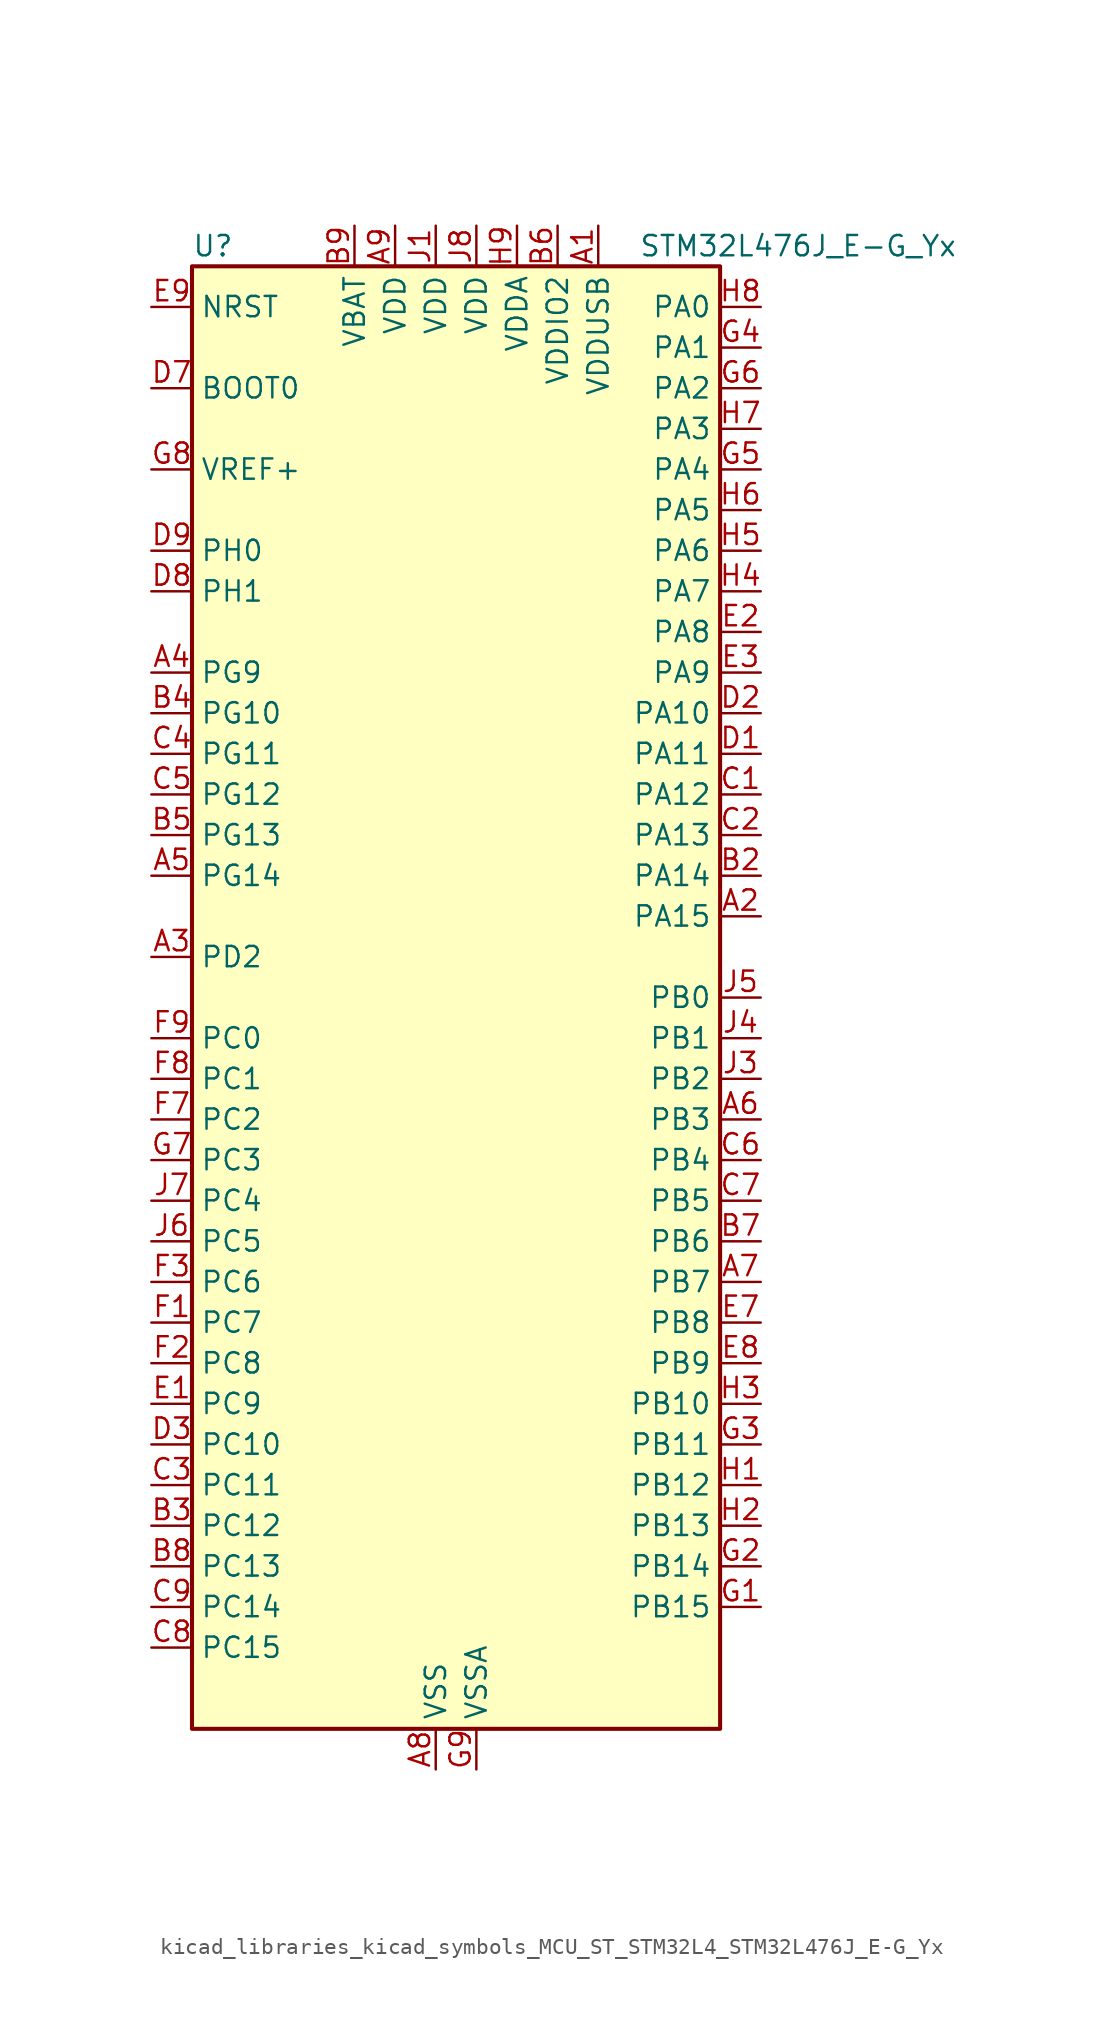
<source format=kicad_sym>
(kicad_symbol_lib
  (version 20220914)
  (generator kicad_symbol_editor)
  (symbol "kicad_libraries_kicad_symbols_MCU_ST_STM32L4_STM32L476J_E-G_Yx"
    (property "Reference" "U"
      (at -15.24 46.99 0)
      (effects (font (size 1.27 1.27)) (justify left)))
    (property "Value" "STM32L476J_E-G_Yx"
      (at 12.7 46.99 0)
      (effects (font (size 1.27 1.27)) (justify left)))
    (property "ki_locked" ""
      (at 0 0 0)
      (effects (font (size 1.27 1.27))))
    (symbol "kicad_libraries_kicad_symbols_MCU_ST_STM32L4_STM32L476J_E-G_Yx_0_1"
      (rectangle (start -15.24 -45.72) (end 17.78 45.72) (stroke (width 0.254) (type default)) (fill (type background))))
    (symbol "kicad_libraries_kicad_symbols_MCU_ST_STM32L4_STM32L476J_E-G_Yx_1_1"
      (pin power_in line (at 10.16 48.26 270) (length 2.54) (name "VDDUSB" (effects (font (size 1.27 1.27)))) (number "A1" (effects (font (size 1.27 1.27)))))
      (pin bidirectional line (at 20.32 5.08 180) (length 2.54) (name "PA15" (effects (font (size 1.27 1.27)))) (number "A2" (effects (font (size 1.27 1.27)))) (alternate "ADC1_EXTI15" bidirectional line) (alternate "ADC2_EXTI15" bidirectional line) (alternate "ADC3_EXTI15" bidirectional line) (alternate "LCD_SEG17" bidirectional line) (alternate "SAI2_FS_B" bidirectional line) (alternate "SPI1_NSS" bidirectional line) (alternate "SPI3_NSS" bidirectional line) (alternate "SYS_JTDI" bidirectional line) (alternate "TIM2_CH1" bidirectional line) (alternate "TIM2_ETR" bidirectional line) (alternate "TSC_G3_IO1" bidirectional line) (alternate "UART4_DE" bidirectional line) (alternate "UART4_RTS" bidirectional line))
      (pin bidirectional line (at -17.78 2.54 0) (length 2.54) (name "PD2" (effects (font (size 1.27 1.27)))) (number "A3" (effects (font (size 1.27 1.27)))) (alternate "LCD_COM7" bidirectional line) (alternate "LCD_SEG31" bidirectional line) (alternate "LCD_SEG43" bidirectional line) (alternate "SDMMC1_CMD" bidirectional line) (alternate "TIM3_ETR" bidirectional line) (alternate "TSC_SYNC" bidirectional line) (alternate "UART5_RX" bidirectional line) (alternate "USART3_DE" bidirectional line) (alternate "USART3_RTS" bidirectional line))
      (pin bidirectional line (at -17.78 20.32 0) (length 2.54) (name "PG9" (effects (font (size 1.27 1.27)))) (number "A4" (effects (font (size 1.27 1.27)))) (alternate "DAC1_EXTI9" bidirectional line) (alternate "SAI2_SCK_A" bidirectional line) (alternate "SPI3_SCK" bidirectional line) (alternate "TIM15_CH1N" bidirectional line) (alternate "USART1_TX" bidirectional line))
      (pin bidirectional line (at -17.78 7.62 0) (length 2.54) (name "PG14" (effects (font (size 1.27 1.27)))) (number "A5" (effects (font (size 1.27 1.27)))) (alternate "I2C1_SCL" bidirectional line))
      (pin bidirectional line (at 20.32 -7.62 180) (length 2.54) (name "PB3" (effects (font (size 1.27 1.27)))) (number "A6" (effects (font (size 1.27 1.27)))) (alternate "COMP2_INM" bidirectional line) (alternate "LCD_SEG7" bidirectional line) (alternate "SAI1_SCK_B" bidirectional line) (alternate "SPI1_SCK" bidirectional line) (alternate "SPI3_SCK" bidirectional line) (alternate "SYS_JTDO-SWO" bidirectional line) (alternate "TIM2_CH2" bidirectional line) (alternate "USART1_DE" bidirectional line) (alternate "USART1_RTS" bidirectional line))
      (pin bidirectional line (at 20.32 -17.78 180) (length 2.54) (name "PB7" (effects (font (size 1.27 1.27)))) (number "A7" (effects (font (size 1.27 1.27)))) (alternate "COMP2_INM" bidirectional line) (alternate "DFSDM1_CKIN5" bidirectional line) (alternate "I2C1_SDA" bidirectional line) (alternate "LCD_SEG21" bidirectional line) (alternate "LPTIM1_IN2" bidirectional line) (alternate "SYS_PVD_IN" bidirectional line) (alternate "TIM17_CH1N" bidirectional line) (alternate "TIM4_CH2" bidirectional line) (alternate "TIM8_BKIN" bidirectional line) (alternate "TIM8_BKIN_COMP1" bidirectional line) (alternate "TSC_G2_IO4" bidirectional line) (alternate "UART4_CTS" bidirectional line) (alternate "USART1_RX" bidirectional line))
      (pin power_in line (at 0 -48.26 90) (length 2.54) (name "VSS" (effects (font (size 1.27 1.27)))) (number "A8" (effects (font (size 1.27 1.27)))))
      (pin power_in line (at -2.54 48.26 270) (length 2.54) (name "VDD" (effects (font (size 1.27 1.27)))) (number "A9" (effects (font (size 1.27 1.27)))))
      (pin passive line (at 0 -48.26 90) (length 2.54) hide (name "VSS" (effects (font (size 1.27 1.27)))) (number "B1" (effects (font (size 1.27 1.27)))))
      (pin bidirectional line (at 20.32 7.62 180) (length 2.54) (name "PA14" (effects (font (size 1.27 1.27)))) (number "B2" (effects (font (size 1.27 1.27)))) (alternate "SYS_JTCK-SWCLK" bidirectional line))
      (pin bidirectional line (at -17.78 -33.02 0) (length 2.54) (name "PC12" (effects (font (size 1.27 1.27)))) (number "B3" (effects (font (size 1.27 1.27)))) (alternate "LCD_COM6" bidirectional line) (alternate "LCD_SEG30" bidirectional line) (alternate "LCD_SEG42" bidirectional line) (alternate "SAI2_SD_B" bidirectional line) (alternate "SDMMC1_CK" bidirectional line) (alternate "SPI3_MOSI" bidirectional line) (alternate "TSC_G3_IO4" bidirectional line) (alternate "UART5_TX" bidirectional line) (alternate "USART3_CK" bidirectional line))
      (pin bidirectional line (at -17.78 17.78 0) (length 2.54) (name "PG10" (effects (font (size 1.27 1.27)))) (number "B4" (effects (font (size 1.27 1.27)))) (alternate "LPTIM1_IN1" bidirectional line) (alternate "SAI2_FS_A" bidirectional line) (alternate "SPI3_MISO" bidirectional line) (alternate "TIM15_CH1" bidirectional line) (alternate "USART1_RX" bidirectional line))
      (pin bidirectional line (at -17.78 10.16 0) (length 2.54) (name "PG13" (effects (font (size 1.27 1.27)))) (number "B5" (effects (font (size 1.27 1.27)))) (alternate "I2C1_SDA" bidirectional line) (alternate "USART1_CK" bidirectional line))
      (pin power_in line (at 7.62 48.26 270) (length 2.54) (name "VDDIO2" (effects (font (size 1.27 1.27)))) (number "B6" (effects (font (size 1.27 1.27)))))
      (pin bidirectional line (at 20.32 -15.24 180) (length 2.54) (name "PB6" (effects (font (size 1.27 1.27)))) (number "B7" (effects (font (size 1.27 1.27)))) (alternate "COMP2_INP" bidirectional line) (alternate "DFSDM1_DATIN5" bidirectional line) (alternate "I2C1_SCL" bidirectional line) (alternate "LPTIM1_ETR" bidirectional line) (alternate "SAI1_FS_B" bidirectional line) (alternate "TIM16_CH1N" bidirectional line) (alternate "TIM4_CH1" bidirectional line) (alternate "TIM8_BKIN2" bidirectional line) (alternate "TIM8_BKIN2_COMP2" bidirectional line) (alternate "TSC_G2_IO3" bidirectional line) (alternate "USART1_TX" bidirectional line))
      (pin bidirectional line (at -17.78 -35.56 0) (length 2.54) (name "PC13" (effects (font (size 1.27 1.27)))) (number "B8" (effects (font (size 1.27 1.27)))) (alternate "RTC_OUT_ALARM" bidirectional line) (alternate "RTC_OUT_CALIB" bidirectional line) (alternate "RTC_TAMP1" bidirectional line) (alternate "RTC_TS" bidirectional line) (alternate "SYS_WKUP2" bidirectional line))
      (pin power_in line (at -5.08 48.26 270) (length 2.54) (name "VBAT" (effects (font (size 1.27 1.27)))) (number "B9" (effects (font (size 1.27 1.27)))))
      (pin bidirectional line (at 20.32 12.7 180) (length 2.54) (name "PA12" (effects (font (size 1.27 1.27)))) (number "C1" (effects (font (size 1.27 1.27)))) (alternate "CAN1_TX" bidirectional line) (alternate "TIM1_ETR" bidirectional line) (alternate "USART1_DE" bidirectional line) (alternate "USART1_RTS" bidirectional line) (alternate "USB_OTG_FS_DP" bidirectional line))
      (pin bidirectional line (at 20.32 10.16 180) (length 2.54) (name "PA13" (effects (font (size 1.27 1.27)))) (number "C2" (effects (font (size 1.27 1.27)))) (alternate "IR_OUT" bidirectional line) (alternate "SYS_JTMS-SWDIO" bidirectional line) (alternate "USB_OTG_FS_NOE" bidirectional line))
      (pin bidirectional line (at -17.78 -30.48 0) (length 2.54) (name "PC11" (effects (font (size 1.27 1.27)))) (number "C3" (effects (font (size 1.27 1.27)))) (alternate "ADC1_EXTI11" bidirectional line) (alternate "ADC2_EXTI11" bidirectional line) (alternate "ADC3_EXTI11" bidirectional line) (alternate "LCD_COM5" bidirectional line) (alternate "LCD_SEG29" bidirectional line) (alternate "LCD_SEG41" bidirectional line) (alternate "SAI2_MCLK_B" bidirectional line) (alternate "SDMMC1_D3" bidirectional line) (alternate "SPI3_MISO" bidirectional line) (alternate "TSC_G3_IO3" bidirectional line) (alternate "UART4_RX" bidirectional line) (alternate "USART3_RX" bidirectional line))
      (pin bidirectional line (at -17.78 15.24 0) (length 2.54) (name "PG11" (effects (font (size 1.27 1.27)))) (number "C4" (effects (font (size 1.27 1.27)))) (alternate "ADC1_EXTI11" bidirectional line) (alternate "ADC2_EXTI11" bidirectional line) (alternate "ADC3_EXTI11" bidirectional line) (alternate "LPTIM1_IN2" bidirectional line) (alternate "SAI2_MCLK_A" bidirectional line) (alternate "SPI3_MOSI" bidirectional line) (alternate "TIM15_CH2" bidirectional line) (alternate "USART1_CTS" bidirectional line))
      (pin bidirectional line (at -17.78 12.7 0) (length 2.54) (name "PG12" (effects (font (size 1.27 1.27)))) (number "C5" (effects (font (size 1.27 1.27)))) (alternate "LPTIM1_ETR" bidirectional line) (alternate "SAI2_SD_A" bidirectional line) (alternate "SPI3_NSS" bidirectional line) (alternate "USART1_DE" bidirectional line) (alternate "USART1_RTS" bidirectional line))
      (pin bidirectional line (at 20.32 -10.16 180) (length 2.54) (name "PB4" (effects (font (size 1.27 1.27)))) (number "C6" (effects (font (size 1.27 1.27)))) (alternate "COMP2_INP" bidirectional line) (alternate "LCD_SEG8" bidirectional line) (alternate "SAI1_MCLK_B" bidirectional line) (alternate "SPI1_MISO" bidirectional line) (alternate "SPI3_MISO" bidirectional line) (alternate "SYS_JTRST" bidirectional line) (alternate "TIM17_BKIN" bidirectional line) (alternate "TIM3_CH1" bidirectional line) (alternate "TSC_G2_IO1" bidirectional line) (alternate "UART5_DE" bidirectional line) (alternate "UART5_RTS" bidirectional line) (alternate "USART1_CTS" bidirectional line))
      (pin bidirectional line (at 20.32 -12.7 180) (length 2.54) (name "PB5" (effects (font (size 1.27 1.27)))) (number "C7" (effects (font (size 1.27 1.27)))) (alternate "COMP2_OUT" bidirectional line) (alternate "I2C1_SMBA" bidirectional line) (alternate "LCD_SEG9" bidirectional line) (alternate "LPTIM1_IN1" bidirectional line) (alternate "SAI1_SD_B" bidirectional line) (alternate "SPI1_MOSI" bidirectional line) (alternate "SPI3_MOSI" bidirectional line) (alternate "TIM16_BKIN" bidirectional line) (alternate "TIM3_CH2" bidirectional line) (alternate "TSC_G2_IO2" bidirectional line) (alternate "UART5_CTS" bidirectional line) (alternate "USART1_CK" bidirectional line))
      (pin bidirectional line (at -17.78 -40.64 0) (length 2.54) (name "PC15" (effects (font (size 1.27 1.27)))) (number "C8" (effects (font (size 1.27 1.27)))) (alternate "ADC1_EXTI15" bidirectional line) (alternate "ADC2_EXTI15" bidirectional line) (alternate "ADC3_EXTI15" bidirectional line) (alternate "RCC_OSC32_OUT" bidirectional line))
      (pin bidirectional line (at -17.78 -38.1 0) (length 2.54) (name "PC14" (effects (font (size 1.27 1.27)))) (number "C9" (effects (font (size 1.27 1.27)))) (alternate "RCC_OSC32_IN" bidirectional line))
      (pin bidirectional line (at 20.32 15.24 180) (length 2.54) (name "PA11" (effects (font (size 1.27 1.27)))) (number "D1" (effects (font (size 1.27 1.27)))) (alternate "ADC1_EXTI11" bidirectional line) (alternate "ADC2_EXTI11" bidirectional line) (alternate "ADC3_EXTI11" bidirectional line) (alternate "CAN1_RX" bidirectional line) (alternate "TIM1_BKIN2" bidirectional line) (alternate "TIM1_BKIN2_COMP1" bidirectional line) (alternate "TIM1_CH4" bidirectional line) (alternate "USART1_CTS" bidirectional line) (alternate "USB_OTG_FS_DM" bidirectional line))
      (pin bidirectional line (at 20.32 17.78 180) (length 2.54) (name "PA10" (effects (font (size 1.27 1.27)))) (number "D2" (effects (font (size 1.27 1.27)))) (alternate "LCD_COM2" bidirectional line) (alternate "TIM17_BKIN" bidirectional line) (alternate "TIM1_CH3" bidirectional line) (alternate "USART1_RX" bidirectional line) (alternate "USB_OTG_FS_ID" bidirectional line))
      (pin bidirectional line (at -17.78 -27.94 0) (length 2.54) (name "PC10" (effects (font (size 1.27 1.27)))) (number "D3" (effects (font (size 1.27 1.27)))) (alternate "LCD_COM4" bidirectional line) (alternate "LCD_SEG28" bidirectional line) (alternate "LCD_SEG40" bidirectional line) (alternate "SAI2_SCK_B" bidirectional line) (alternate "SDMMC1_D2" bidirectional line) (alternate "SPI3_SCK" bidirectional line) (alternate "TSC_G3_IO2" bidirectional line) (alternate "UART4_TX" bidirectional line) (alternate "USART3_TX" bidirectional line))
      (pin input line (at -17.78 38.1 0) (length 2.54) (name "BOOT0" (effects (font (size 1.27 1.27)))) (number "D7" (effects (font (size 1.27 1.27)))))
      (pin bidirectional line (at -17.78 25.4 0) (length 2.54) (name "PH1" (effects (font (size 1.27 1.27)))) (number "D8" (effects (font (size 1.27 1.27)))) (alternate "RCC_OSC_OUT" bidirectional line))
      (pin bidirectional line (at -17.78 27.94 0) (length 2.54) (name "PH0" (effects (font (size 1.27 1.27)))) (number "D9" (effects (font (size 1.27 1.27)))) (alternate "RCC_OSC_IN" bidirectional line))
      (pin bidirectional line (at -17.78 -25.4 0) (length 2.54) (name "PC9" (effects (font (size 1.27 1.27)))) (number "E1" (effects (font (size 1.27 1.27)))) (alternate "DAC1_EXTI9" bidirectional line) (alternate "LCD_SEG27" bidirectional line) (alternate "SAI2_EXTCLK" bidirectional line) (alternate "SDMMC1_D1" bidirectional line) (alternate "TIM3_CH4" bidirectional line) (alternate "TIM8_BKIN2" bidirectional line) (alternate "TIM8_BKIN2_COMP1" bidirectional line) (alternate "TIM8_CH4" bidirectional line) (alternate "TSC_G4_IO4" bidirectional line) (alternate "USB_OTG_FS_NOE" bidirectional line))
      (pin bidirectional line (at 20.32 22.86 180) (length 2.54) (name "PA8" (effects (font (size 1.27 1.27)))) (number "E2" (effects (font (size 1.27 1.27)))) (alternate "LCD_COM0" bidirectional line) (alternate "LPTIM2_OUT" bidirectional line) (alternate "RCC_MCO" bidirectional line) (alternate "TIM1_CH1" bidirectional line) (alternate "USART1_CK" bidirectional line) (alternate "USB_OTG_FS_SOF" bidirectional line))
      (pin bidirectional line (at 20.32 20.32 180) (length 2.54) (name "PA9" (effects (font (size 1.27 1.27)))) (number "E3" (effects (font (size 1.27 1.27)))) (alternate "DAC1_EXTI9" bidirectional line) (alternate "LCD_COM1" bidirectional line) (alternate "TIM15_BKIN" bidirectional line) (alternate "TIM1_CH2" bidirectional line) (alternate "USART1_TX" bidirectional line) (alternate "USB_OTG_FS_VBUS" bidirectional line))
      (pin bidirectional line (at 20.32 -20.32 180) (length 2.54) (name "PB8" (effects (font (size 1.27 1.27)))) (number "E7" (effects (font (size 1.27 1.27)))) (alternate "CAN1_RX" bidirectional line) (alternate "DFSDM1_DATIN6" bidirectional line) (alternate "I2C1_SCL" bidirectional line) (alternate "LCD_SEG16" bidirectional line) (alternate "SAI1_MCLK_A" bidirectional line) (alternate "SDMMC1_D4" bidirectional line) (alternate "TIM16_CH1" bidirectional line) (alternate "TIM4_CH3" bidirectional line))
      (pin bidirectional line (at 20.32 -22.86 180) (length 2.54) (name "PB9" (effects (font (size 1.27 1.27)))) (number "E8" (effects (font (size 1.27 1.27)))) (alternate "CAN1_TX" bidirectional line) (alternate "DAC1_EXTI9" bidirectional line) (alternate "DFSDM1_CKIN6" bidirectional line) (alternate "I2C1_SDA" bidirectional line) (alternate "IR_OUT" bidirectional line) (alternate "LCD_COM3" bidirectional line) (alternate "SAI1_FS_A" bidirectional line) (alternate "SDMMC1_D5" bidirectional line) (alternate "SPI2_NSS" bidirectional line) (alternate "TIM17_CH1" bidirectional line) (alternate "TIM4_CH4" bidirectional line))
      (pin input line (at -17.78 43.18 0) (length 2.54) (name "NRST" (effects (font (size 1.27 1.27)))) (number "E9" (effects (font (size 1.27 1.27)))))
      (pin bidirectional line (at -17.78 -20.32 0) (length 2.54) (name "PC7" (effects (font (size 1.27 1.27)))) (number "F1" (effects (font (size 1.27 1.27)))) (alternate "DFSDM1_DATIN3" bidirectional line) (alternate "LCD_SEG25" bidirectional line) (alternate "SAI2_MCLK_B" bidirectional line) (alternate "SDMMC1_D7" bidirectional line) (alternate "TIM3_CH2" bidirectional line) (alternate "TIM8_CH2" bidirectional line) (alternate "TSC_G4_IO2" bidirectional line))
      (pin bidirectional line (at -17.78 -22.86 0) (length 2.54) (name "PC8" (effects (font (size 1.27 1.27)))) (number "F2" (effects (font (size 1.27 1.27)))) (alternate "LCD_SEG26" bidirectional line) (alternate "SDMMC1_D0" bidirectional line) (alternate "TIM3_CH3" bidirectional line) (alternate "TIM8_CH3" bidirectional line) (alternate "TSC_G4_IO3" bidirectional line))
      (pin bidirectional line (at -17.78 -17.78 0) (length 2.54) (name "PC6" (effects (font (size 1.27 1.27)))) (number "F3" (effects (font (size 1.27 1.27)))) (alternate "DFSDM1_CKIN3" bidirectional line) (alternate "LCD_SEG24" bidirectional line) (alternate "SAI2_MCLK_A" bidirectional line) (alternate "SDMMC1_D6" bidirectional line) (alternate "TIM3_CH1" bidirectional line) (alternate "TIM8_CH1" bidirectional line) (alternate "TSC_G4_IO1" bidirectional line))
      (pin bidirectional line (at -17.78 -7.62 0) (length 2.54) (name "PC2" (effects (font (size 1.27 1.27)))) (number "F7" (effects (font (size 1.27 1.27)))) (alternate "ADC1_IN3" bidirectional line) (alternate "ADC2_IN3" bidirectional line) (alternate "ADC3_IN3" bidirectional line) (alternate "DFSDM1_CKOUT" bidirectional line) (alternate "LCD_SEG20" bidirectional line) (alternate "LPTIM1_IN2" bidirectional line) (alternate "SPI2_MISO" bidirectional line))
      (pin bidirectional line (at -17.78 -5.08 0) (length 2.54) (name "PC1" (effects (font (size 1.27 1.27)))) (number "F8" (effects (font (size 1.27 1.27)))) (alternate "ADC1_IN2" bidirectional line) (alternate "ADC2_IN2" bidirectional line) (alternate "ADC3_IN2" bidirectional line) (alternate "DFSDM1_CKIN4" bidirectional line) (alternate "I2C3_SDA" bidirectional line) (alternate "LCD_SEG19" bidirectional line) (alternate "LPTIM1_OUT" bidirectional line) (alternate "LPUART1_TX" bidirectional line))
      (pin bidirectional line (at -17.78 -2.54 0) (length 2.54) (name "PC0" (effects (font (size 1.27 1.27)))) (number "F9" (effects (font (size 1.27 1.27)))) (alternate "ADC1_IN1" bidirectional line) (alternate "ADC2_IN1" bidirectional line) (alternate "ADC3_IN1" bidirectional line) (alternate "DFSDM1_DATIN4" bidirectional line) (alternate "I2C3_SCL" bidirectional line) (alternate "LCD_SEG18" bidirectional line) (alternate "LPTIM1_IN1" bidirectional line) (alternate "LPTIM2_IN1" bidirectional line) (alternate "LPUART1_RX" bidirectional line))
      (pin bidirectional line (at 20.32 -38.1 180) (length 2.54) (name "PB15" (effects (font (size 1.27 1.27)))) (number "G1" (effects (font (size 1.27 1.27)))) (alternate "ADC1_EXTI15" bidirectional line) (alternate "ADC2_EXTI15" bidirectional line) (alternate "ADC3_EXTI15" bidirectional line) (alternate "DFSDM1_CKIN2" bidirectional line) (alternate "LCD_SEG15" bidirectional line) (alternate "RTC_REFIN" bidirectional line) (alternate "SAI2_SD_A" bidirectional line) (alternate "SPI2_MOSI" bidirectional line) (alternate "SWPMI1_SUSPEND" bidirectional line) (alternate "TIM15_CH2" bidirectional line) (alternate "TIM1_CH3N" bidirectional line) (alternate "TIM8_CH3N" bidirectional line) (alternate "TSC_G1_IO4" bidirectional line))
      (pin bidirectional line (at 20.32 -35.56 180) (length 2.54) (name "PB14" (effects (font (size 1.27 1.27)))) (number "G2" (effects (font (size 1.27 1.27)))) (alternate "DFSDM1_DATIN2" bidirectional line) (alternate "I2C2_SDA" bidirectional line) (alternate "LCD_SEG14" bidirectional line) (alternate "SAI2_MCLK_A" bidirectional line) (alternate "SPI2_MISO" bidirectional line) (alternate "SWPMI1_RX" bidirectional line) (alternate "TIM15_CH1" bidirectional line) (alternate "TIM1_CH2N" bidirectional line) (alternate "TIM8_CH2N" bidirectional line) (alternate "TSC_G1_IO3" bidirectional line) (alternate "USART3_DE" bidirectional line) (alternate "USART3_RTS" bidirectional line))
      (pin bidirectional line (at 20.32 -27.94 180) (length 2.54) (name "PB11" (effects (font (size 1.27 1.27)))) (number "G3" (effects (font (size 1.27 1.27)))) (alternate "ADC1_EXTI11" bidirectional line) (alternate "ADC2_EXTI11" bidirectional line) (alternate "ADC3_EXTI11" bidirectional line) (alternate "COMP2_OUT" bidirectional line) (alternate "DFSDM1_CKIN7" bidirectional line) (alternate "I2C2_SDA" bidirectional line) (alternate "LCD_SEG11" bidirectional line) (alternate "LPUART1_TX" bidirectional line) (alternate "QUADSPI_NCS" bidirectional line) (alternate "TIM2_CH4" bidirectional line) (alternate "USART3_RX" bidirectional line))
      (pin bidirectional line (at 20.32 40.64 180) (length 2.54) (name "PA1" (effects (font (size 1.27 1.27)))) (number "G4" (effects (font (size 1.27 1.27)))) (alternate "ADC1_IN6" bidirectional line) (alternate "ADC2_IN6" bidirectional line) (alternate "LCD_SEG0" bidirectional line) (alternate "OPAMP1_VINM" bidirectional line) (alternate "TIM15_CH1N" bidirectional line) (alternate "TIM2_CH2" bidirectional line) (alternate "TIM5_CH2" bidirectional line) (alternate "UART4_RX" bidirectional line) (alternate "USART2_DE" bidirectional line) (alternate "USART2_RTS" bidirectional line))
      (pin bidirectional line (at 20.32 33.02 180) (length 2.54) (name "PA4" (effects (font (size 1.27 1.27)))) (number "G5" (effects (font (size 1.27 1.27)))) (alternate "ADC1_IN9" bidirectional line) (alternate "ADC2_IN9" bidirectional line) (alternate "DAC1_OUT1" bidirectional line) (alternate "LPTIM2_OUT" bidirectional line) (alternate "SAI1_FS_B" bidirectional line) (alternate "SPI1_NSS" bidirectional line) (alternate "SPI3_NSS" bidirectional line) (alternate "USART2_CK" bidirectional line))
      (pin bidirectional line (at 20.32 38.1 180) (length 2.54) (name "PA2" (effects (font (size 1.27 1.27)))) (number "G6" (effects (font (size 1.27 1.27)))) (alternate "ADC1_IN7" bidirectional line) (alternate "ADC2_IN7" bidirectional line) (alternate "LCD_SEG1" bidirectional line) (alternate "RCC_LSCO" bidirectional line) (alternate "SAI2_EXTCLK" bidirectional line) (alternate "SYS_WKUP4" bidirectional line) (alternate "TIM15_CH1" bidirectional line) (alternate "TIM2_CH3" bidirectional line) (alternate "TIM5_CH3" bidirectional line) (alternate "USART2_TX" bidirectional line))
      (pin bidirectional line (at -17.78 -10.16 0) (length 2.54) (name "PC3" (effects (font (size 1.27 1.27)))) (number "G7" (effects (font (size 1.27 1.27)))) (alternate "ADC1_IN4" bidirectional line) (alternate "ADC2_IN4" bidirectional line) (alternate "ADC3_IN4" bidirectional line) (alternate "LCD_VLCD" bidirectional line) (alternate "LPTIM1_ETR" bidirectional line) (alternate "LPTIM2_ETR" bidirectional line) (alternate "SAI1_SD_A" bidirectional line) (alternate "SPI2_MOSI" bidirectional line))
      (pin input line (at -17.78 33.02 0) (length 2.54) (name "VREF+" (effects (font (size 1.27 1.27)))) (number "G8" (effects (font (size 1.27 1.27)))) (alternate "VREFBUF_OUT" bidirectional line))
      (pin power_in line (at 2.54 -48.26 90) (length 2.54) (name "VSSA" (effects (font (size 1.27 1.27)))) (number "G9" (effects (font (size 1.27 1.27)))))
      (pin bidirectional line (at 20.32 -30.48 180) (length 2.54) (name "PB12" (effects (font (size 1.27 1.27)))) (number "H1" (effects (font (size 1.27 1.27)))) (alternate "DFSDM1_DATIN1" bidirectional line) (alternate "I2C2_SMBA" bidirectional line) (alternate "LCD_SEG12" bidirectional line) (alternate "LPUART1_DE" bidirectional line) (alternate "LPUART1_RTS" bidirectional line) (alternate "SAI2_FS_A" bidirectional line) (alternate "SPI2_NSS" bidirectional line) (alternate "SWPMI1_IO" bidirectional line) (alternate "TIM15_BKIN" bidirectional line) (alternate "TIM1_BKIN" bidirectional line) (alternate "TIM1_BKIN_COMP2" bidirectional line) (alternate "TSC_G1_IO1" bidirectional line) (alternate "USART3_CK" bidirectional line))
      (pin bidirectional line (at 20.32 -33.02 180) (length 2.54) (name "PB13" (effects (font (size 1.27 1.27)))) (number "H2" (effects (font (size 1.27 1.27)))) (alternate "DFSDM1_CKIN1" bidirectional line) (alternate "I2C2_SCL" bidirectional line) (alternate "LCD_SEG13" bidirectional line) (alternate "LPUART1_CTS" bidirectional line) (alternate "SAI2_SCK_A" bidirectional line) (alternate "SPI2_SCK" bidirectional line) (alternate "SWPMI1_TX" bidirectional line) (alternate "TIM15_CH1N" bidirectional line) (alternate "TIM1_CH1N" bidirectional line) (alternate "TSC_G1_IO2" bidirectional line) (alternate "USART3_CTS" bidirectional line))
      (pin bidirectional line (at 20.32 -25.4 180) (length 2.54) (name "PB10" (effects (font (size 1.27 1.27)))) (number "H3" (effects (font (size 1.27 1.27)))) (alternate "COMP1_OUT" bidirectional line) (alternate "DFSDM1_DATIN7" bidirectional line) (alternate "I2C2_SCL" bidirectional line) (alternate "LCD_SEG10" bidirectional line) (alternate "LPUART1_RX" bidirectional line) (alternate "QUADSPI_CLK" bidirectional line) (alternate "SAI1_SCK_A" bidirectional line) (alternate "SPI2_SCK" bidirectional line) (alternate "TIM2_CH3" bidirectional line) (alternate "USART3_TX" bidirectional line))
      (pin bidirectional line (at 20.32 25.4 180) (length 2.54) (name "PA7" (effects (font (size 1.27 1.27)))) (number "H4" (effects (font (size 1.27 1.27)))) (alternate "ADC1_IN12" bidirectional line) (alternate "ADC2_IN12" bidirectional line) (alternate "LCD_SEG4" bidirectional line) (alternate "OPAMP2_VINM" bidirectional line) (alternate "QUADSPI_BK1_IO2" bidirectional line) (alternate "SPI1_MOSI" bidirectional line) (alternate "TIM17_CH1" bidirectional line) (alternate "TIM1_CH1N" bidirectional line) (alternate "TIM3_CH2" bidirectional line) (alternate "TIM8_CH1N" bidirectional line))
      (pin bidirectional line (at 20.32 27.94 180) (length 2.54) (name "PA6" (effects (font (size 1.27 1.27)))) (number "H5" (effects (font (size 1.27 1.27)))) (alternate "ADC1_IN11" bidirectional line) (alternate "ADC2_IN11" bidirectional line) (alternate "LCD_SEG3" bidirectional line) (alternate "OPAMP2_VINP" bidirectional line) (alternate "QUADSPI_BK1_IO3" bidirectional line) (alternate "SPI1_MISO" bidirectional line) (alternate "TIM16_CH1" bidirectional line) (alternate "TIM1_BKIN" bidirectional line) (alternate "TIM1_BKIN_COMP2" bidirectional line) (alternate "TIM3_CH1" bidirectional line) (alternate "TIM8_BKIN" bidirectional line) (alternate "TIM8_BKIN_COMP2" bidirectional line) (alternate "USART3_CTS" bidirectional line))
      (pin bidirectional line (at 20.32 30.48 180) (length 2.54) (name "PA5" (effects (font (size 1.27 1.27)))) (number "H6" (effects (font (size 1.27 1.27)))) (alternate "ADC1_IN10" bidirectional line) (alternate "ADC2_IN10" bidirectional line) (alternate "DAC1_OUT2" bidirectional line) (alternate "LPTIM2_ETR" bidirectional line) (alternate "SPI1_SCK" bidirectional line) (alternate "TIM2_CH1" bidirectional line) (alternate "TIM2_ETR" bidirectional line) (alternate "TIM8_CH1N" bidirectional line))
      (pin bidirectional line (at 20.32 35.56 180) (length 2.54) (name "PA3" (effects (font (size 1.27 1.27)))) (number "H7" (effects (font (size 1.27 1.27)))) (alternate "ADC1_IN8" bidirectional line) (alternate "ADC2_IN8" bidirectional line) (alternate "LCD_SEG2" bidirectional line) (alternate "OPAMP1_VOUT" bidirectional line) (alternate "TIM15_CH2" bidirectional line) (alternate "TIM2_CH4" bidirectional line) (alternate "TIM5_CH4" bidirectional line) (alternate "USART2_RX" bidirectional line))
      (pin bidirectional line (at 20.32 43.18 180) (length 2.54) (name "PA0" (effects (font (size 1.27 1.27)))) (number "H8" (effects (font (size 1.27 1.27)))) (alternate "ADC1_IN5" bidirectional line) (alternate "ADC2_IN5" bidirectional line) (alternate "OPAMP1_VINP" bidirectional line) (alternate "RTC_TAMP2" bidirectional line) (alternate "SAI1_EXTCLK" bidirectional line) (alternate "SYS_WKUP1" bidirectional line) (alternate "TIM2_CH1" bidirectional line) (alternate "TIM2_ETR" bidirectional line) (alternate "TIM5_CH1" bidirectional line) (alternate "TIM8_ETR" bidirectional line) (alternate "UART4_TX" bidirectional line) (alternate "USART2_CTS" bidirectional line))
      (pin power_in line (at 5.08 48.26 270) (length 2.54) (name "VDDA" (effects (font (size 1.27 1.27)))) (number "H9" (effects (font (size 1.27 1.27)))))
      (pin power_in line (at 0 48.26 270) (length 2.54) (name "VDD" (effects (font (size 1.27 1.27)))) (number "J1" (effects (font (size 1.27 1.27)))))
      (pin passive line (at 0 -48.26 90) (length 2.54) hide (name "VSS" (effects (font (size 1.27 1.27)))) (number "J2" (effects (font (size 1.27 1.27)))))
      (pin bidirectional line (at 20.32 -5.08 180) (length 2.54) (name "PB2" (effects (font (size 1.27 1.27)))) (number "J3" (effects (font (size 1.27 1.27)))) (alternate "COMP1_INP" bidirectional line) (alternate "DFSDM1_CKIN0" bidirectional line) (alternate "I2C3_SMBA" bidirectional line) (alternate "LPTIM1_OUT" bidirectional line) (alternate "RTC_OUT_ALARM" bidirectional line) (alternate "RTC_OUT_CALIB" bidirectional line))
      (pin bidirectional line (at 20.32 -2.54 180) (length 2.54) (name "PB1" (effects (font (size 1.27 1.27)))) (number "J4" (effects (font (size 1.27 1.27)))) (alternate "ADC1_IN16" bidirectional line) (alternate "ADC2_IN16" bidirectional line) (alternate "COMP1_INM" bidirectional line) (alternate "DFSDM1_DATIN0" bidirectional line) (alternate "LCD_SEG6" bidirectional line) (alternate "LPTIM2_IN1" bidirectional line) (alternate "QUADSPI_BK1_IO0" bidirectional line) (alternate "TIM1_CH3N" bidirectional line) (alternate "TIM3_CH4" bidirectional line) (alternate "TIM8_CH3N" bidirectional line) (alternate "USART3_DE" bidirectional line) (alternate "USART3_RTS" bidirectional line))
      (pin bidirectional line (at 20.32 0 180) (length 2.54) (name "PB0" (effects (font (size 1.27 1.27)))) (number "J5" (effects (font (size 1.27 1.27)))) (alternate "ADC1_IN15" bidirectional line) (alternate "ADC2_IN15" bidirectional line) (alternate "COMP1_OUT" bidirectional line) (alternate "LCD_SEG5" bidirectional line) (alternate "OPAMP2_VOUT" bidirectional line) (alternate "QUADSPI_BK1_IO1" bidirectional line) (alternate "TIM1_CH2N" bidirectional line) (alternate "TIM3_CH3" bidirectional line) (alternate "TIM8_CH2N" bidirectional line) (alternate "USART3_CK" bidirectional line))
      (pin bidirectional line (at -17.78 -15.24 0) (length 2.54) (name "PC5" (effects (font (size 1.27 1.27)))) (number "J6" (effects (font (size 1.27 1.27)))) (alternate "ADC1_IN14" bidirectional line) (alternate "ADC2_IN14" bidirectional line) (alternate "COMP1_INP" bidirectional line) (alternate "LCD_SEG23" bidirectional line) (alternate "SYS_WKUP5" bidirectional line) (alternate "USART3_RX" bidirectional line))
      (pin bidirectional line (at -17.78 -12.7 0) (length 2.54) (name "PC4" (effects (font (size 1.27 1.27)))) (number "J7" (effects (font (size 1.27 1.27)))) (alternate "ADC1_IN13" bidirectional line) (alternate "ADC2_IN13" bidirectional line) (alternate "COMP1_INM" bidirectional line) (alternate "LCD_SEG22" bidirectional line) (alternate "USART3_TX" bidirectional line))
      (pin power_in line (at 2.54 48.26 270) (length 2.54) (name "VDD" (effects (font (size 1.27 1.27)))) (number "J8" (effects (font (size 1.27 1.27)))))
      (pin passive line (at 0 -48.26 90) (length 2.54) hide (name "VSS" (effects (font (size 1.27 1.27)))) (number "J9" (effects (font (size 1.27 1.27))))))))
</source>
